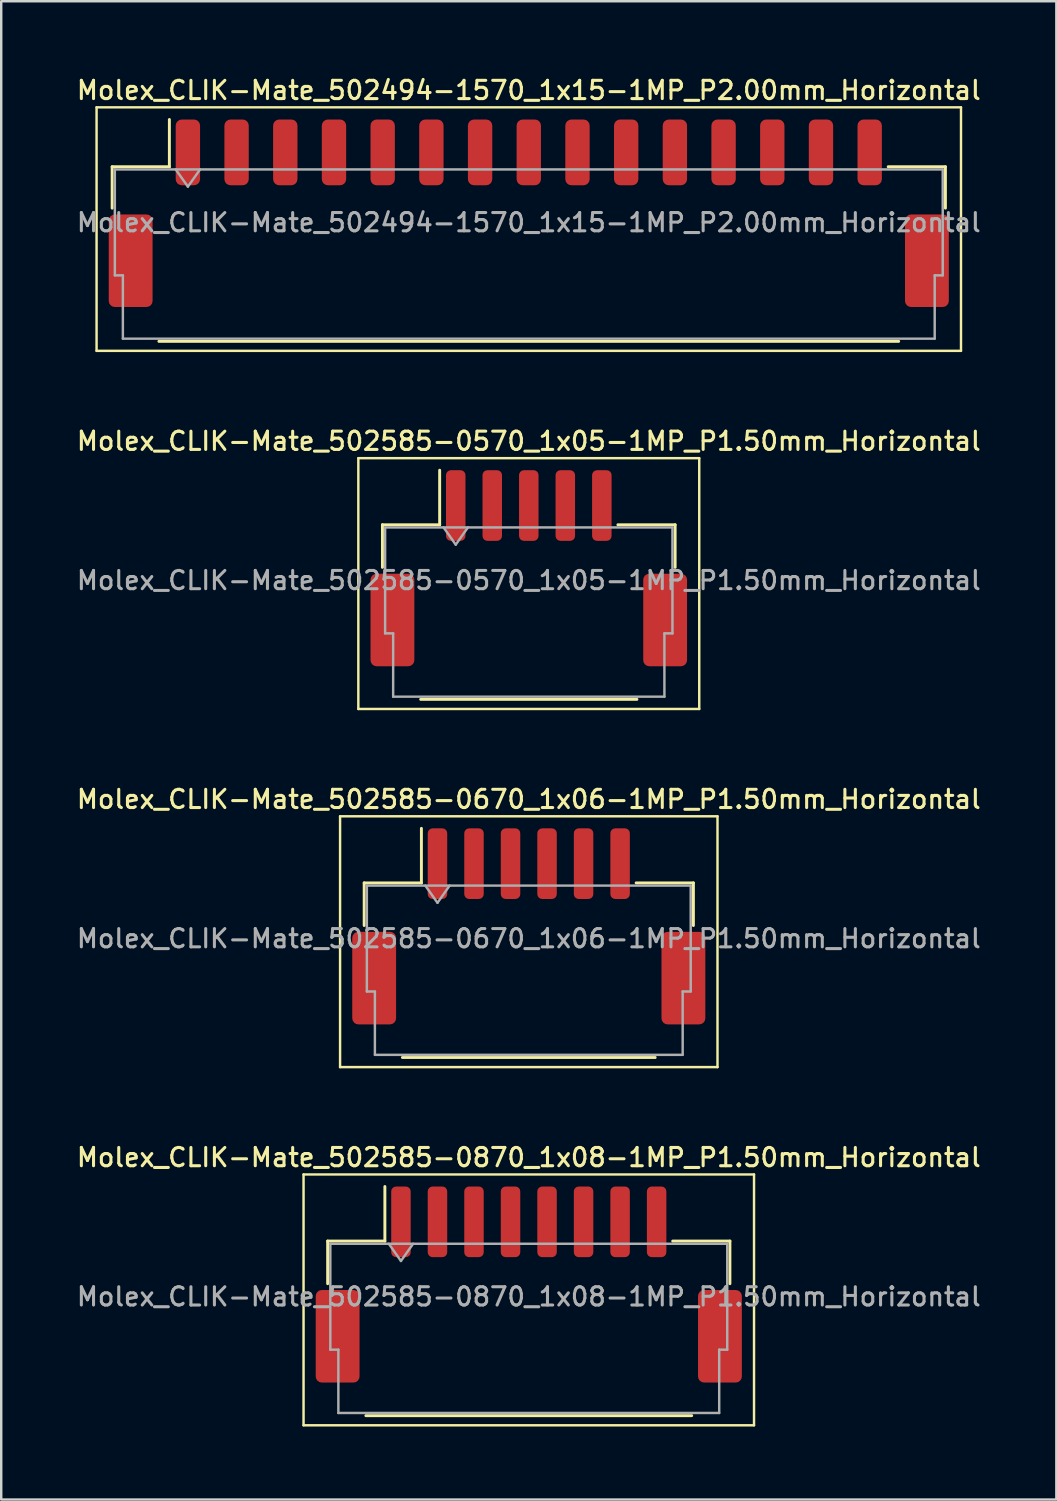
<source format=kicad_pcb>
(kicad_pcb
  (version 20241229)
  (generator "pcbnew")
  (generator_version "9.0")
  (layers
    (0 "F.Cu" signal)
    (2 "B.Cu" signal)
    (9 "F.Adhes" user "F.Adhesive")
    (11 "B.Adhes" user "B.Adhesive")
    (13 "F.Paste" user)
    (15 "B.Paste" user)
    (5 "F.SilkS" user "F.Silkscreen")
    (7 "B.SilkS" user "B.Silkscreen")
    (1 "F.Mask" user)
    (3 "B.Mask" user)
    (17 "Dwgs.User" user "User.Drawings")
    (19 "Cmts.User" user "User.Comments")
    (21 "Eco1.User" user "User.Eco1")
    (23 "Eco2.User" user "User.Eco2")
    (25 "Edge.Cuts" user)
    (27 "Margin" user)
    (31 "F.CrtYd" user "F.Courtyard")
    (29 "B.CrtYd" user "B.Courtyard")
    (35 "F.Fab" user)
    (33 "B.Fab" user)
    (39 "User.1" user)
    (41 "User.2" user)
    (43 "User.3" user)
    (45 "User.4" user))
  (footprint "Molex_CLIK-Mate_502585-0870_1x08-1MP_P1.50mm_Horizontal"
    (layer "F.Cu")
    (at 18.666 49.703)
    (property "Reference" "Molex_CLIK-Mate_502585-0870_1x08-1MP_P1.50mm_Horizontal" (at 0 -5.22 0) (layer "F.SilkS") (effects (font (size 0.75 0.75) (thickness 0.125))))
    (attr smd)
    (fp_line (start -9.25 -4.52) (end -9.25 5.78) (stroke (width 0.1) (type solid)) (layer "F.SilkS"))
    (fp_line (start -9.25 5.78) (end 9.25 5.78) (stroke (width 0.1) (type solid)) (layer "F.SilkS"))
    (fp_line (start -8.26 -1.785) (end -5.91 -1.785) (stroke (width 0.12) (type solid)) (layer "F.SilkS"))
    (fp_line (start -8.26 -0.035) (end -8.26 -1.785) (stroke (width 0.12) (type solid)) (layer "F.SilkS"))
    (fp_line (start -6.69 5.385) (end 6.69 5.385) (stroke (width 0.12) (type solid)) (layer "F.SilkS"))
    (fp_line (start -5.91 -1.785) (end -5.91 -4.025) (stroke (width 0.12) (type solid)) (layer "F.SilkS"))
    (fp_line (start 8.26 -1.785) (end 5.91 -1.785) (stroke (width 0.12) (type solid)) (layer "F.SilkS"))
    (fp_line (start 8.26 -0.035) (end 8.26 -1.785) (stroke (width 0.12) (type solid)) (layer "F.SilkS"))
    (fp_line (start 9.25 -4.52) (end -9.25 -4.52) (stroke (width 0.1) (type solid)) (layer "F.SilkS"))
    (fp_line (start 9.25 5.78) (end 9.25 -4.52) (stroke (width 0.1) (type solid)) (layer "F.SilkS"))
    (fp_line (start -8.15 -1.675) (end -8.15 2.675) (stroke (width 0.1) (type solid)) (layer "F.Fab"))
    (fp_line (start -8.15 -1.675) (end 8.15 -1.675) (stroke (width 0.1) (type solid)) (layer "F.Fab"))
    (fp_line (start -8.15 2.675) (end -7.82 2.675) (stroke (width 0.1) (type solid)) (layer "F.Fab"))
    (fp_line (start -7.82 2.675) (end -7.82 5.275) (stroke (width 0.1) (type solid)) (layer "F.Fab"))
    (fp_line (start -7.82 5.275) (end 7.82 5.275) (stroke (width 0.1) (type solid)) (layer "F.Fab"))
    (fp_line (start -5.75 -1.675) (end -5.25 -0.968) (stroke (width 0.1) (type solid)) (layer "F.Fab"))
    (fp_line (start -5.25 -0.968) (end -4.75 -1.675) (stroke (width 0.1) (type solid)) (layer "F.Fab"))
    (fp_line (start 7.82 2.675) (end 8.15 2.675) (stroke (width 0.1) (type solid)) (layer "F.Fab"))
    (fp_line (start 7.82 5.275) (end 7.82 2.675) (stroke (width 0.1) (type solid)) (layer "F.Fab"))
    (fp_line (start 8.15 -1.675) (end 8.15 2.675) (stroke (width 0.1) (type solid)) (layer "F.Fab"))
    (fp_text user "${REFERENCE}" (at 0 0.5 0) (layer "F.Fab") (effects (font (size 0.75 0.75) (thickness 0.125))))
    (pad "1" smd roundrect (at -5.25 -2.575) (size 0.8 2.9) (layers "F.Cu" "F.Mask" "F.Paste") (roundrect_rratio 0.25))
    (pad "2" smd roundrect (at -3.75 -2.575) (size 0.8 2.9) (layers "F.Cu" "F.Mask" "F.Paste") (roundrect_rratio 0.25))
    (pad "3" smd roundrect (at -2.25 -2.575) (size 0.8 2.9) (layers "F.Cu" "F.Mask" "F.Paste") (roundrect_rratio 0.25))
    (pad "4" smd roundrect (at -0.75 -2.575) (size 0.8 2.9) (layers "F.Cu" "F.Mask" "F.Paste") (roundrect_rratio 0.25))
    (pad "5" smd roundrect (at 0.75 -2.575) (size 0.8 2.9) (layers "F.Cu" "F.Mask" "F.Paste") (roundrect_rratio 0.25))
    (pad "6" smd roundrect (at 2.25 -2.575) (size 0.8 2.9) (layers "F.Cu" "F.Mask" "F.Paste") (roundrect_rratio 0.25))
    (pad "7" smd roundrect (at 3.75 -2.575) (size 0.8 2.9) (layers "F.Cu" "F.Mask" "F.Paste") (roundrect_rratio 0.25))
    (pad "8" smd roundrect (at 5.25 -2.575) (size 0.8 2.9) (layers "F.Cu" "F.Mask" "F.Paste") (roundrect_rratio 0.25))
    (pad "MP" smd roundrect (at -7.85 2.125) (size 1.8 3.8) (layers "F.Cu" "F.Mask" "F.Paste") (roundrect_rratio 0.139))
    (pad "MP" smd roundrect (at 7.85 2.125) (size 1.8 3.8) (layers "F.Cu" "F.Mask" "F.Paste") (roundrect_rratio 0.139)))
  (footprint "Molex_CLIK-Mate_502494-1570_1x15-1MP_P2.00mm_Horizontal"
    (layer "F.Cu")
    (at 18.666 5.708)
    (property "Reference" "Molex_CLIK-Mate_502494-1570_1x15-1MP_P2.00mm_Horizontal" (at 0 -5.05 0) (layer "F.SilkS") (effects (font (size 0.75 0.75) (thickness 0.125))))
    (attr smd)
    (fp_line (start -17.75 -4.35) (end -17.75 5.65) (stroke (width 0.1) (type solid)) (layer "F.SilkS"))
    (fp_line (start -17.75 5.65) (end 17.75 5.65) (stroke (width 0.1) (type solid)) (layer "F.SilkS"))
    (fp_line (start -17.11 -1.91) (end -14.76 -1.91) (stroke (width 0.12) (type solid)) (layer "F.SilkS"))
    (fp_line (start -17.11 -0.21) (end -17.11 -1.91) (stroke (width 0.12) (type solid)) (layer "F.SilkS"))
    (fp_line (start -15.19 5.26) (end 15.19 5.26) (stroke (width 0.12) (type solid)) (layer "F.SilkS"))
    (fp_line (start -14.76 -1.91) (end -14.76 -3.85) (stroke (width 0.12) (type solid)) (layer "F.SilkS"))
    (fp_line (start 17.11 -1.91) (end 14.76 -1.91) (stroke (width 0.12) (type solid)) (layer "F.SilkS"))
    (fp_line (start 17.11 -0.21) (end 17.11 -1.91) (stroke (width 0.12) (type solid)) (layer "F.SilkS"))
    (fp_line (start 17.75 -4.35) (end -17.75 -4.35) (stroke (width 0.1) (type solid)) (layer "F.SilkS"))
    (fp_line (start 17.75 5.65) (end 17.75 -4.35) (stroke (width 0.1) (type solid)) (layer "F.SilkS"))
    (fp_line (start -17 -1.8) (end -17 2.55) (stroke (width 0.1) (type solid)) (layer "F.Fab"))
    (fp_line (start -17 -1.8) (end 17 -1.8) (stroke (width 0.1) (type solid)) (layer "F.Fab"))
    (fp_line (start -17 2.55) (end -16.67 2.55) (stroke (width 0.1) (type solid)) (layer "F.Fab"))
    (fp_line (start -16.67 2.55) (end -16.67 5.15) (stroke (width 0.1) (type solid)) (layer "F.Fab"))
    (fp_line (start -16.67 5.15) (end 16.67 5.15) (stroke (width 0.1) (type solid)) (layer "F.Fab"))
    (fp_line (start -14.5 -1.8) (end -14 -1.093) (stroke (width 0.1) (type solid)) (layer "F.Fab"))
    (fp_line (start -14 -1.093) (end -13.5 -1.8) (stroke (width 0.1) (type solid)) (layer "F.Fab"))
    (fp_line (start 16.67 2.55) (end 17 2.55) (stroke (width 0.1) (type solid)) (layer "F.Fab"))
    (fp_line (start 16.67 5.15) (end 16.67 2.55) (stroke (width 0.1) (type solid)) (layer "F.Fab"))
    (fp_line (start 17 -1.8) (end 17 2.55) (stroke (width 0.1) (type solid)) (layer "F.Fab"))
    (fp_text user "${REFERENCE}" (at 0 0.38 0) (layer "F.Fab") (effects (font (size 0.75 0.75) (thickness 0.125))))
    (pad "1" smd roundrect (at -14 -2.5) (size 1 2.7) (layers "F.Cu" "F.Mask" "F.Paste") (roundrect_rratio 0.25))
    (pad "2" smd roundrect (at -12 -2.5) (size 1 2.7) (layers "F.Cu" "F.Mask" "F.Paste") (roundrect_rratio 0.25))
    (pad "3" smd roundrect (at -10 -2.5) (size 1 2.7) (layers "F.Cu" "F.Mask" "F.Paste") (roundrect_rratio 0.25))
    (pad "4" smd roundrect (at -8 -2.5) (size 1 2.7) (layers "F.Cu" "F.Mask" "F.Paste") (roundrect_rratio 0.25))
    (pad "5" smd roundrect (at -6 -2.5) (size 1 2.7) (layers "F.Cu" "F.Mask" "F.Paste") (roundrect_rratio 0.25))
    (pad "6" smd roundrect (at -4 -2.5) (size 1 2.7) (layers "F.Cu" "F.Mask" "F.Paste") (roundrect_rratio 0.25))
    (pad "7" smd roundrect (at -2 -2.5) (size 1 2.7) (layers "F.Cu" "F.Mask" "F.Paste") (roundrect_rratio 0.25))
    (pad "8" smd roundrect (at 0 -2.5) (size 1 2.7) (layers "F.Cu" "F.Mask" "F.Paste") (roundrect_rratio 0.25))
    (pad "9" smd roundrect (at 2 -2.5) (size 1 2.7) (layers "F.Cu" "F.Mask" "F.Paste") (roundrect_rratio 0.25))
    (pad "10" smd roundrect (at 4 -2.5) (size 1 2.7) (layers "F.Cu" "F.Mask" "F.Paste") (roundrect_rratio 0.25))
    (pad "11" smd roundrect (at 6 -2.5) (size 1 2.7) (layers "F.Cu" "F.Mask" "F.Paste") (roundrect_rratio 0.25))
    (pad "12" smd roundrect (at 8 -2.5) (size 1 2.7) (layers "F.Cu" "F.Mask" "F.Paste") (roundrect_rratio 0.25))
    (pad "13" smd roundrect (at 10 -2.5) (size 1 2.7) (layers "F.Cu" "F.Mask" "F.Paste") (roundrect_rratio 0.25))
    (pad "14" smd roundrect (at 12 -2.5) (size 1 2.7) (layers "F.Cu" "F.Mask" "F.Paste") (roundrect_rratio 0.25))
    (pad "15" smd roundrect (at 14 -2.5) (size 1 2.7) (layers "F.Cu" "F.Mask" "F.Paste") (roundrect_rratio 0.25))
    (pad "MP" smd roundrect (at -16.35 1.95) (size 1.8 3.8) (layers "F.Cu" "F.Mask" "F.Paste") (roundrect_rratio 0.139))
    (pad "MP" smd roundrect (at 16.35 1.95) (size 1.8 3.8) (layers "F.Cu" "F.Mask" "F.Paste") (roundrect_rratio 0.139)))
  (footprint "Molex_CLIK-Mate_502585-0570_1x05-1MP_P1.50mm_Horizontal"
    (layer "F.Cu")
    (at 18.666 20.286)
    (property "Reference" "Molex_CLIK-Mate_502585-0570_1x05-1MP_P1.50mm_Horizontal" (at 0 -5.22 0) (layer "F.SilkS") (effects (font (size 0.75 0.75) (thickness 0.125))))
    (attr smd)
    (fp_line (start -7 -4.52) (end -7 5.78) (stroke (width 0.1) (type solid)) (layer "F.SilkS"))
    (fp_line (start -7 5.78) (end 7 5.78) (stroke (width 0.1) (type solid)) (layer "F.SilkS"))
    (fp_line (start -6.01 -1.785) (end -3.66 -1.785) (stroke (width 0.12) (type solid)) (layer "F.SilkS"))
    (fp_line (start -6.01 -0.035) (end -6.01 -1.785) (stroke (width 0.12) (type solid)) (layer "F.SilkS"))
    (fp_line (start -4.44 5.385) (end 4.44 5.385) (stroke (width 0.12) (type solid)) (layer "F.SilkS"))
    (fp_line (start -3.66 -1.785) (end -3.66 -4.025) (stroke (width 0.12) (type solid)) (layer "F.SilkS"))
    (fp_line (start 6.01 -1.785) (end 3.66 -1.785) (stroke (width 0.12) (type solid)) (layer "F.SilkS"))
    (fp_line (start 6.01 -0.035) (end 6.01 -1.785) (stroke (width 0.12) (type solid)) (layer "F.SilkS"))
    (fp_line (start 7 -4.52) (end -7 -4.52) (stroke (width 0.1) (type solid)) (layer "F.SilkS"))
    (fp_line (start 7 5.78) (end 7 -4.52) (stroke (width 0.1) (type solid)) (layer "F.SilkS"))
    (fp_line (start -5.9 -1.675) (end -5.9 2.675) (stroke (width 0.1) (type solid)) (layer "F.Fab"))
    (fp_line (start -5.9 -1.675) (end 5.9 -1.675) (stroke (width 0.1) (type solid)) (layer "F.Fab"))
    (fp_line (start -5.9 2.675) (end -5.57 2.675) (stroke (width 0.1) (type solid)) (layer "F.Fab"))
    (fp_line (start -5.57 2.675) (end -5.57 5.275) (stroke (width 0.1) (type solid)) (layer "F.Fab"))
    (fp_line (start -5.57 5.275) (end 5.57 5.275) (stroke (width 0.1) (type solid)) (layer "F.Fab"))
    (fp_line (start -3.5 -1.675) (end -3 -0.968) (stroke (width 0.1) (type solid)) (layer "F.Fab"))
    (fp_line (start -3 -0.968) (end -2.5 -1.675) (stroke (width 0.1) (type solid)) (layer "F.Fab"))
    (fp_line (start 5.57 2.675) (end 5.9 2.675) (stroke (width 0.1) (type solid)) (layer "F.Fab"))
    (fp_line (start 5.57 5.275) (end 5.57 2.675) (stroke (width 0.1) (type solid)) (layer "F.Fab"))
    (fp_line (start 5.9 -1.675) (end 5.9 2.675) (stroke (width 0.1) (type solid)) (layer "F.Fab"))
    (fp_text user "${REFERENCE}" (at 0 0.5 0) (layer "F.Fab") (effects (font (size 0.75 0.75) (thickness 0.125))))
    (pad "1" smd roundrect (at -3 -2.575) (size 0.8 2.9) (layers "F.Cu" "F.Mask" "F.Paste") (roundrect_rratio 0.25))
    (pad "2" smd roundrect (at -1.5 -2.575) (size 0.8 2.9) (layers "F.Cu" "F.Mask" "F.Paste") (roundrect_rratio 0.25))
    (pad "3" smd roundrect (at 0 -2.575) (size 0.8 2.9) (layers "F.Cu" "F.Mask" "F.Paste") (roundrect_rratio 0.25))
    (pad "4" smd roundrect (at 1.5 -2.575) (size 0.8 2.9) (layers "F.Cu" "F.Mask" "F.Paste") (roundrect_rratio 0.25))
    (pad "5" smd roundrect (at 3 -2.575) (size 0.8 2.9) (layers "F.Cu" "F.Mask" "F.Paste") (roundrect_rratio 0.25))
    (pad "MP" smd roundrect (at -5.6 2.125) (size 1.8 3.8) (layers "F.Cu" "F.Mask" "F.Paste") (roundrect_rratio 0.139))
    (pad "MP" smd roundrect (at 5.6 2.125) (size 1.8 3.8) (layers "F.Cu" "F.Mask" "F.Paste") (roundrect_rratio 0.139)))
  (footprint "Molex_CLIK-Mate_502585-0670_1x06-1MP_P1.50mm_Horizontal"
    (layer "F.Cu")
    (at 18.666 34.994)
    (property "Reference" "Molex_CLIK-Mate_502585-0670_1x06-1MP_P1.50mm_Horizontal" (at 0 -5.22 0) (layer "F.SilkS") (effects (font (size 0.75 0.75) (thickness 0.125))))
    (attr smd)
    (fp_line (start -7.75 -4.52) (end -7.75 5.78) (stroke (width 0.1) (type solid)) (layer "F.SilkS"))
    (fp_line (start -7.75 5.78) (end 7.75 5.78) (stroke (width 0.1) (type solid)) (layer "F.SilkS"))
    (fp_line (start -6.76 -1.785) (end -4.41 -1.785) (stroke (width 0.12) (type solid)) (layer "F.SilkS"))
    (fp_line (start -6.76 -0.035) (end -6.76 -1.785) (stroke (width 0.12) (type solid)) (layer "F.SilkS"))
    (fp_line (start -5.19 5.385) (end 5.19 5.385) (stroke (width 0.12) (type solid)) (layer "F.SilkS"))
    (fp_line (start -4.41 -1.785) (end -4.41 -4.025) (stroke (width 0.12) (type solid)) (layer "F.SilkS"))
    (fp_line (start 6.76 -1.785) (end 4.41 -1.785) (stroke (width 0.12) (type solid)) (layer "F.SilkS"))
    (fp_line (start 6.76 -0.035) (end 6.76 -1.785) (stroke (width 0.12) (type solid)) (layer "F.SilkS"))
    (fp_line (start 7.75 -4.52) (end -7.75 -4.52) (stroke (width 0.1) (type solid)) (layer "F.SilkS"))
    (fp_line (start 7.75 5.78) (end 7.75 -4.52) (stroke (width 0.1) (type solid)) (layer "F.SilkS"))
    (fp_line (start -6.65 -1.675) (end -6.65 2.675) (stroke (width 0.1) (type solid)) (layer "F.Fab"))
    (fp_line (start -6.65 -1.675) (end 6.65 -1.675) (stroke (width 0.1) (type solid)) (layer "F.Fab"))
    (fp_line (start -6.65 2.675) (end -6.32 2.675) (stroke (width 0.1) (type solid)) (layer "F.Fab"))
    (fp_line (start -6.32 2.675) (end -6.32 5.275) (stroke (width 0.1) (type solid)) (layer "F.Fab"))
    (fp_line (start -6.32 5.275) (end 6.32 5.275) (stroke (width 0.1) (type solid)) (layer "F.Fab"))
    (fp_line (start -4.25 -1.675) (end -3.75 -0.968) (stroke (width 0.1) (type solid)) (layer "F.Fab"))
    (fp_line (start -3.75 -0.968) (end -3.25 -1.675) (stroke (width 0.1) (type solid)) (layer "F.Fab"))
    (fp_line (start 6.32 2.675) (end 6.65 2.675) (stroke (width 0.1) (type solid)) (layer "F.Fab"))
    (fp_line (start 6.32 5.275) (end 6.32 2.675) (stroke (width 0.1) (type solid)) (layer "F.Fab"))
    (fp_line (start 6.65 -1.675) (end 6.65 2.675) (stroke (width 0.1) (type solid)) (layer "F.Fab"))
    (fp_text user "${REFERENCE}" (at 0 0.5 0) (layer "F.Fab") (effects (font (size 0.75 0.75) (thickness 0.125))))
    (pad "1" smd roundrect (at -3.75 -2.575) (size 0.8 2.9) (layers "F.Cu" "F.Mask" "F.Paste") (roundrect_rratio 0.25))
    (pad "2" smd roundrect (at -2.25 -2.575) (size 0.8 2.9) (layers "F.Cu" "F.Mask" "F.Paste") (roundrect_rratio 0.25))
    (pad "3" smd roundrect (at -0.75 -2.575) (size 0.8 2.9) (layers "F.Cu" "F.Mask" "F.Paste") (roundrect_rratio 0.25))
    (pad "4" smd roundrect (at 0.75 -2.575) (size 0.8 2.9) (layers "F.Cu" "F.Mask" "F.Paste") (roundrect_rratio 0.25))
    (pad "5" smd roundrect (at 2.25 -2.575) (size 0.8 2.9) (layers "F.Cu" "F.Mask" "F.Paste") (roundrect_rratio 0.25))
    (pad "6" smd roundrect (at 3.75 -2.575) (size 0.8 2.9) (layers "F.Cu" "F.Mask" "F.Paste") (roundrect_rratio 0.25))
    (pad "MP" smd roundrect (at -6.35 2.125) (size 1.8 3.8) (layers "F.Cu" "F.Mask" "F.Paste") (roundrect_rratio 0.139))
    (pad "MP" smd roundrect (at 6.35 2.125) (size 1.8 3.8) (layers "F.Cu" "F.Mask" "F.Paste") (roundrect_rratio 0.139)))
  (gr_rect
    (start -3 -3)
    (end 40.332 58.532)
    (stroke (width 0.1) (type default))
    (fill no)
    (layer "Edge.Cuts")))
</source>
